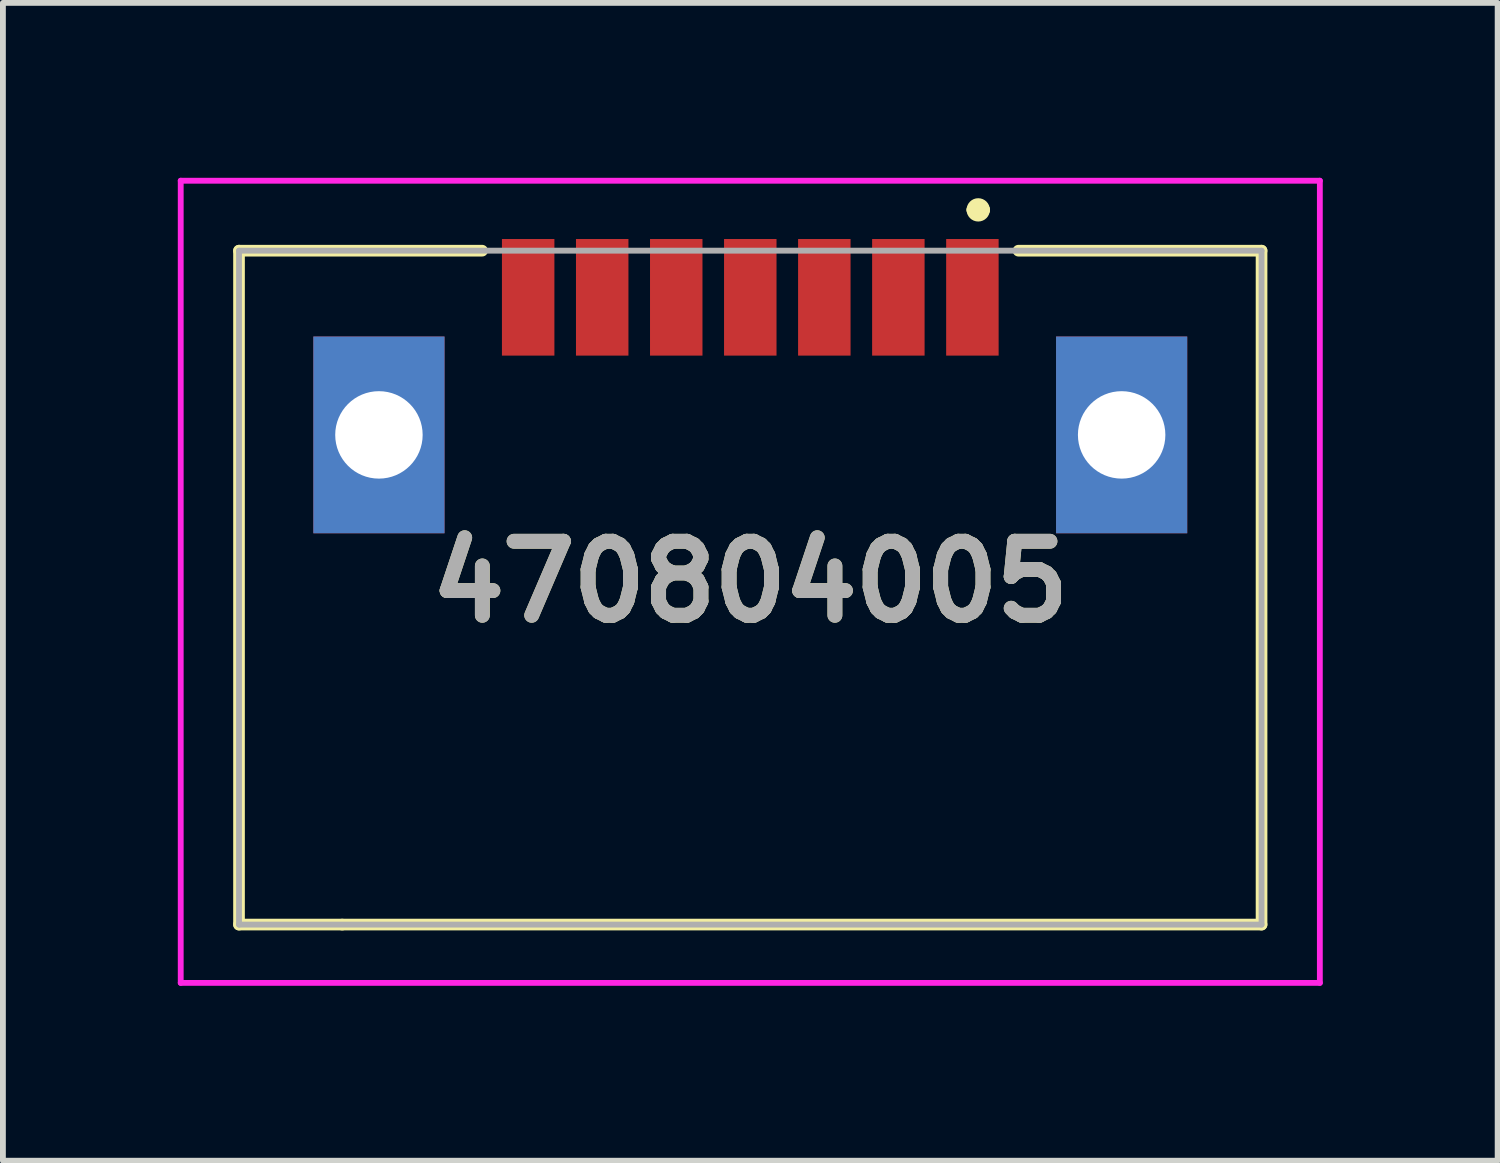
<source format=kicad_pcb>
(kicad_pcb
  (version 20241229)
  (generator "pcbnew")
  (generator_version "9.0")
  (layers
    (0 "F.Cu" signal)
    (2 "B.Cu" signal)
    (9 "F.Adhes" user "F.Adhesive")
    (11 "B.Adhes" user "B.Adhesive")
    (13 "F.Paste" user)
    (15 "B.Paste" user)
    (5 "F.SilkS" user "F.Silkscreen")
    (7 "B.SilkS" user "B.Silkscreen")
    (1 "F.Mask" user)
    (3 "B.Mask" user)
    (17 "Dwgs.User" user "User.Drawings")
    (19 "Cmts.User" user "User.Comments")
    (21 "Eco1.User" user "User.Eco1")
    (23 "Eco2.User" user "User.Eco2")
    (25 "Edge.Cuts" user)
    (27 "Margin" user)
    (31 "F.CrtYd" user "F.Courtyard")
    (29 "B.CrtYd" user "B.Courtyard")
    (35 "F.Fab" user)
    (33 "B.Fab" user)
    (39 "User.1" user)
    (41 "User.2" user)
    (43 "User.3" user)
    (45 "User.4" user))
  (footprint "470804005"
    (layer "F.Cu")
    (at 9.82 6.93)
    (property "Reference" "470804005" (at 0 0 0) (layer "F.SilkS") (effects (font (size 1.27 1.27) (thickness 0.254))))
    (attr through_hole)
    (fp_line (start -8.77 -5.68) (end -4.6 -5.68) (stroke (width 0.2) (type solid)) (layer "F.SilkS"))
    (fp_line (start -8.77 5.88) (end -8.77 -5.68) (stroke (width 0.2) (type solid)) (layer "F.SilkS"))
    (fp_line (start -7 5.88) (end -8.77 5.88) (stroke (width 0.2) (type solid)) (layer "F.SilkS"))
    (fp_line (start 3.81 -6.38) (end 3.81 -6.38) (stroke (width 0.2) (type solid)) (layer "F.SilkS"))
    (fp_line (start 4.01 -6.38) (end 4.01 -6.38) (stroke (width 0.2) (type solid)) (layer "F.SilkS"))
    (fp_line (start 4.6 -5.68) (end 8.77 -5.68) (stroke (width 0.2) (type solid)) (layer "F.SilkS"))
    (fp_line (start 8.77 -5.68) (end 8.77 5.88) (stroke (width 0.2) (type solid)) (layer "F.SilkS"))
    (fp_line (start 8.77 5.88) (end -7 5.88) (stroke (width 0.2) (type solid)) (layer "F.SilkS"))
    (fp_arc (start 3.81 -6.38) (mid 3.91 -6.48) (end 4.01 -6.38) (stroke (width 0.2) (type solid)) (layer "F.SilkS"))
    (fp_arc (start 4.01 -6.38) (mid 3.91 -6.28) (end 3.81 -6.38) (stroke (width 0.2) (type solid)) (layer "F.SilkS"))
    (fp_line (start -9.77 -6.88) (end 9.77 -6.88) (stroke (width 0.1) (type solid)) (layer "F.CrtYd"))
    (fp_line (start -9.77 6.88) (end -9.77 -6.88) (stroke (width 0.1) (type solid)) (layer "F.CrtYd"))
    (fp_line (start 9.77 -6.88) (end 9.77 6.88) (stroke (width 0.1) (type solid)) (layer "F.CrtYd"))
    (fp_line (start 9.77 6.88) (end -9.77 6.88) (stroke (width 0.1) (type solid)) (layer "F.CrtYd"))
    (fp_line (start -8.77 -5.68) (end 8.77 -5.68) (stroke (width 0.1) (type solid)) (layer "F.Fab"))
    (fp_line (start -8.77 5.88) (end -8.77 -5.68) (stroke (width 0.1) (type solid)) (layer "F.Fab"))
    (fp_line (start 8.77 -5.68) (end 8.77 5.88) (stroke (width 0.1) (type solid)) (layer "F.Fab"))
    (fp_line (start 8.77 5.88) (end -8.77 5.88) (stroke (width 0.1) (type solid)) (layer "F.Fab"))
    (fp_text user "${REFERENCE}" (at 0 0 0) (layer "F.Fab") (effects (font (size 1.27 1.27) (thickness 0.254))))
    (pad "1" smd rect (at 3.81 -4.88) (size 0.9 2) (layers "F.Cu" "F.Mask" "F.Paste"))
    (pad "2" smd rect (at 2.54 -4.88) (size 0.9 2) (layers "F.Cu" "F.Mask" "F.Paste"))
    (pad "3" smd rect (at 1.27 -4.88) (size 0.9 2) (layers "F.Cu" "F.Mask" "F.Paste"))
    (pad "4" smd rect (at 0 -4.88) (size 0.9 2) (layers "F.Cu" "F.Mask" "F.Paste"))
    (pad "5" smd rect (at -1.27 -4.88) (size 0.9 2) (layers "F.Cu" "F.Mask" "F.Paste"))
    (pad "6" smd rect (at -2.54 -4.88) (size 0.9 2) (layers "F.Cu" "F.Mask" "F.Paste"))
    (pad "7" smd rect (at -3.81 -4.88) (size 0.9 2) (layers "F.Cu" "F.Mask" "F.Paste"))
    (pad "MH1" thru_hole rect (at 6.37 -2.52) (size 2.25 3.375) (drill 1.5) (layers "*.Cu" "*.Mask"))
    (pad "MH2" thru_hole rect (at -6.37 -2.52) (size 2.25 3.375) (drill 1.5) (layers "*.Cu" "*.Mask")))
  (gr_rect
    (start -3 -3)
    (end 22.64 16.86)
    (stroke (width 0.1) (type default))
    (fill no)
    (layer "Edge.Cuts")))
</source>
